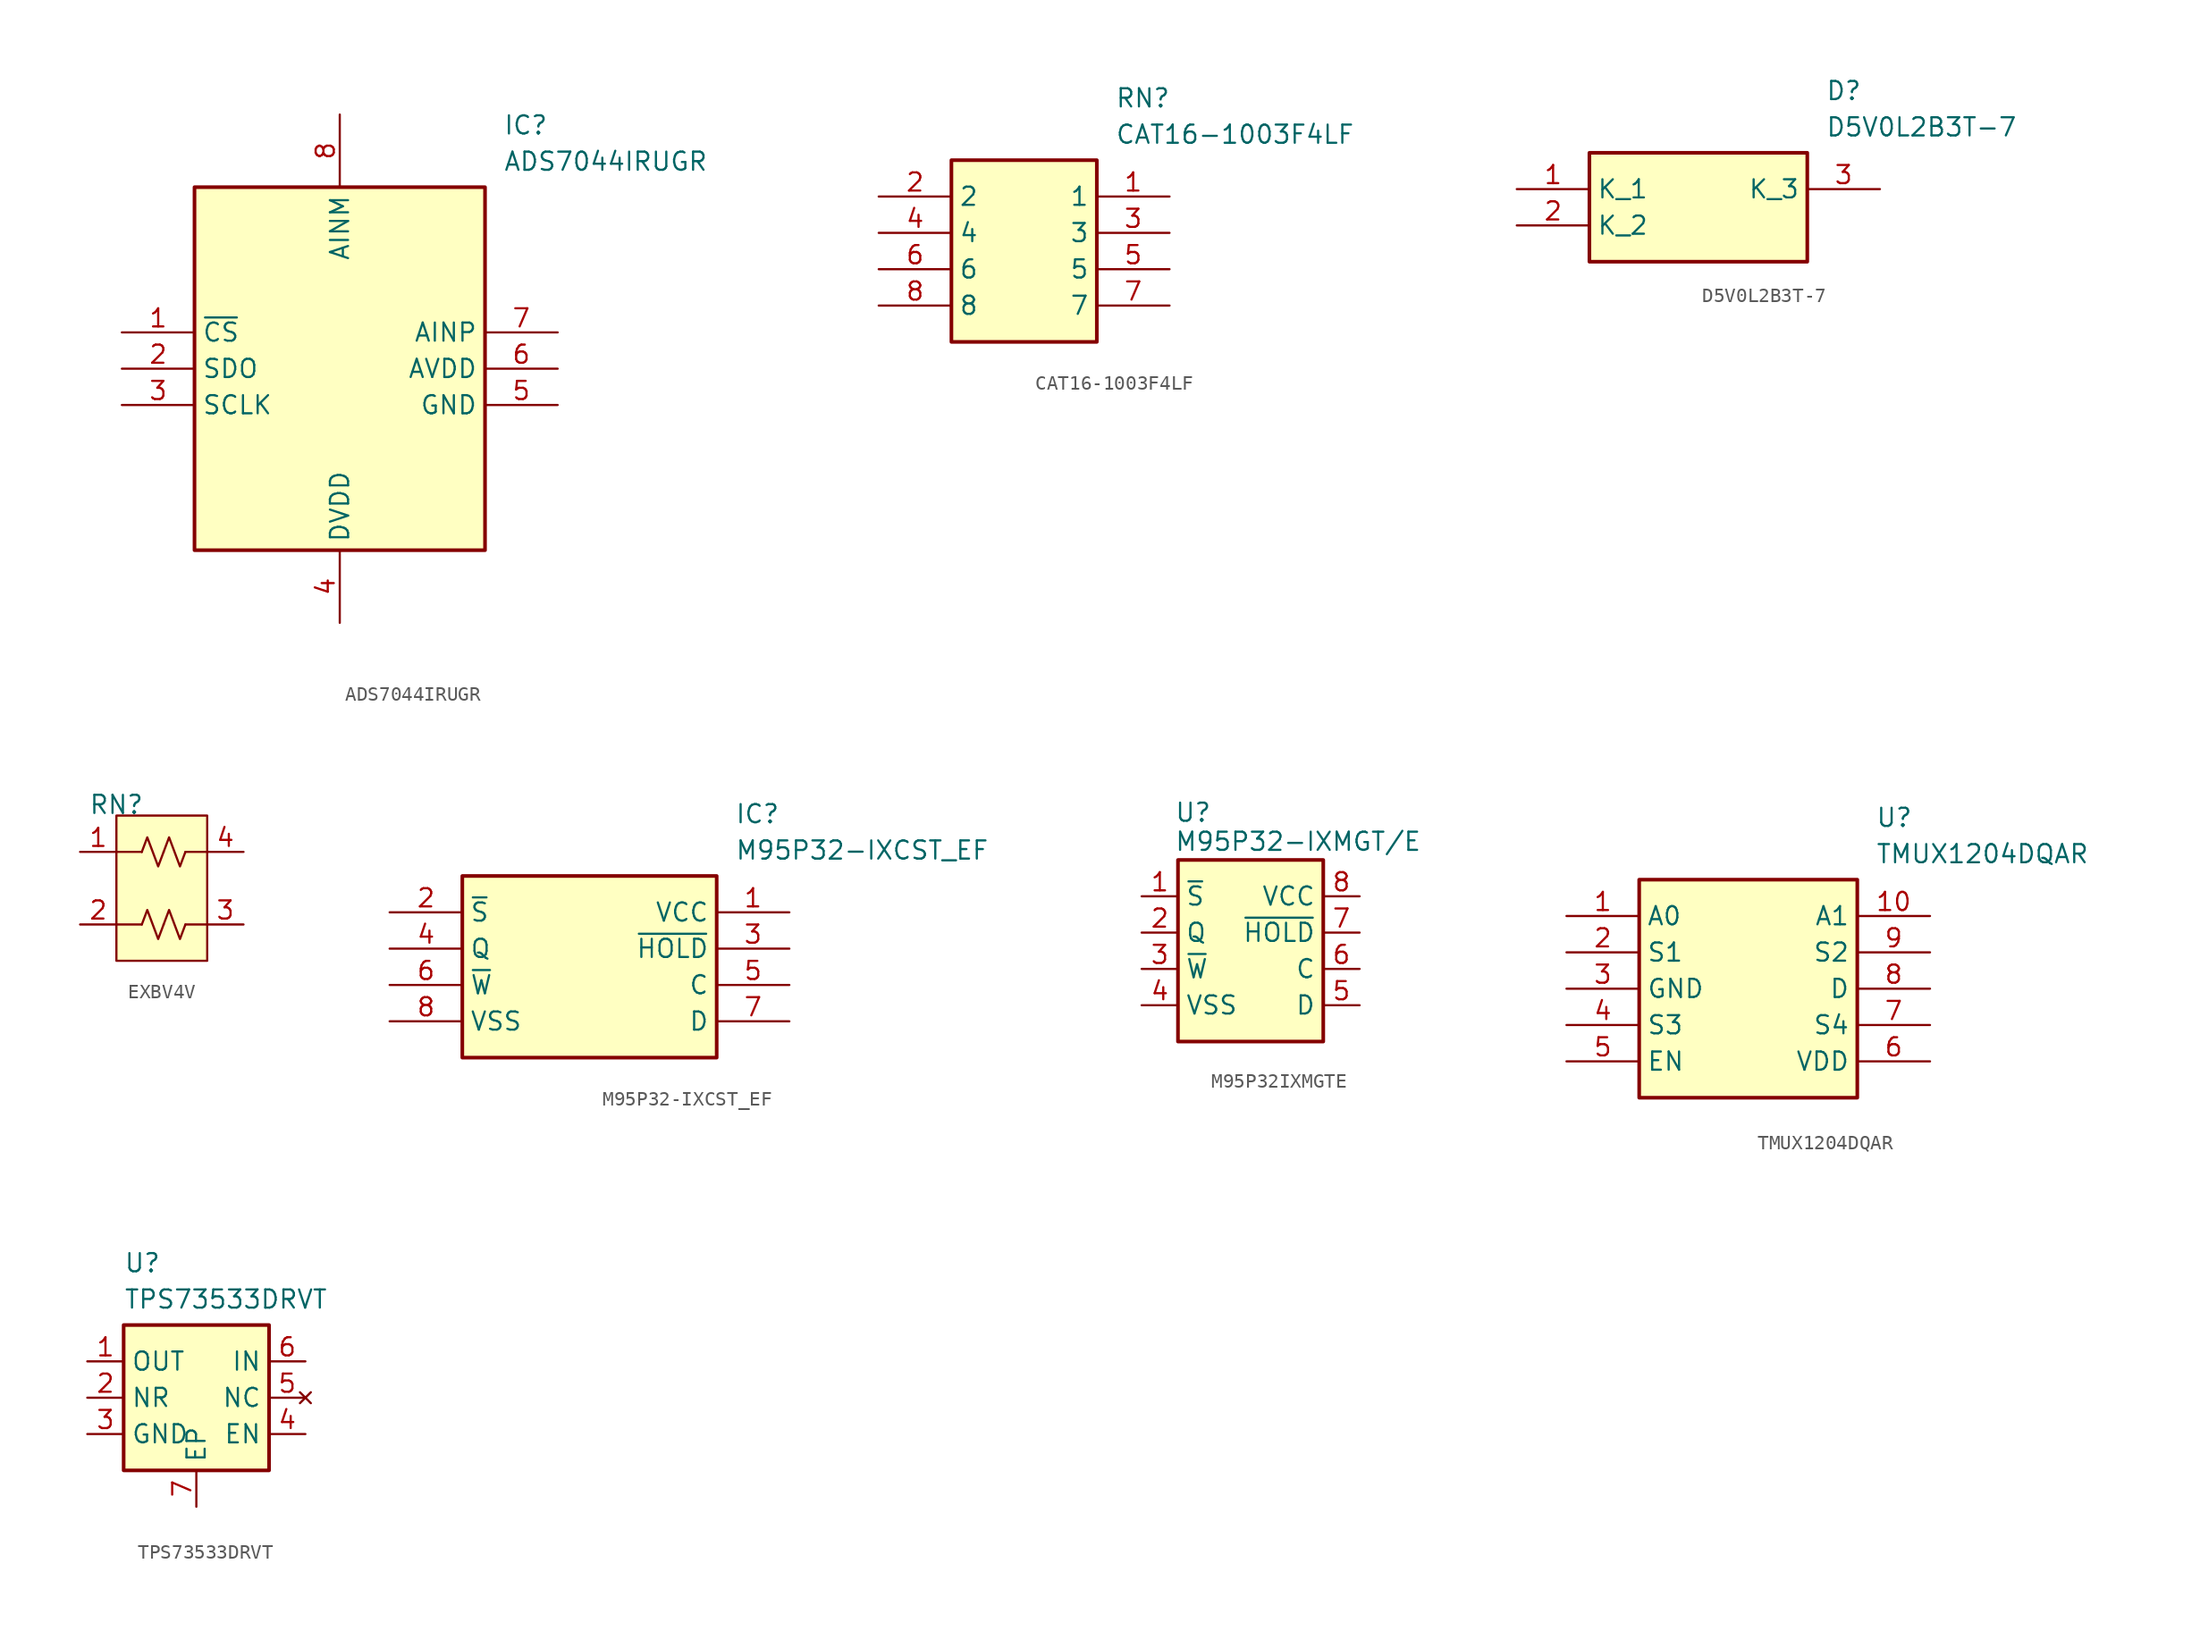
<source format=kicad_sym>
(kicad_symbol_lib
  (version 20231120)
  (generator "kicad_symbol_editor")
  (generator_version "8.0")
  (symbol "ADS7044IRUGR"
    (property "Reference" "IC"
      (at 26.67 15.24 0)
      (effects (font (size 1.27 1.27)) (justify left top)))
    (property "Value" "ADS7044IRUGR"
      (at 26.67 12.7 0)
      (effects (font (size 1.27 1.27)) (justify left top)))
    (symbol "ADS7044IRUGR_1_1"
      (rectangle (start 5.08 10.16) (end 25.4 -15.24) (stroke (width 0.254) (type default)) (fill (type background)))
      (pin input line (at 0 0 0) (length 5.08) (name "~{CS}" (effects (font (size 1.27 1.27)))) (number "1" (effects (font (size 1.27 1.27)))))
      (pin passive line (at 0 -2.54 0) (length 5.08) (name "SDO" (effects (font (size 1.27 1.27)))) (number "2" (effects (font (size 1.27 1.27)))))
      (pin input line (at 0 -5.08 0) (length 5.08) (name "SCLK" (effects (font (size 1.27 1.27)))) (number "3" (effects (font (size 1.27 1.27)))))
      (pin power_in line (at 15.24 -20.32 90) (length 5.08) (name "DVDD" (effects (font (size 1.27 1.27)))) (number "4" (effects (font (size 1.27 1.27)))))
      (pin power_in line (at 30.48 -5.08 180) (length 5.08) (name "GND" (effects (font (size 1.27 1.27)))) (number "5" (effects (font (size 1.27 1.27)))))
      (pin power_in line (at 30.48 -2.54 180) (length 5.08) (name "AVDD" (effects (font (size 1.27 1.27)))) (number "6" (effects (font (size 1.27 1.27)))))
      (pin input line (at 30.48 0 180) (length 5.08) (name "AINP" (effects (font (size 1.27 1.27)))) (number "7" (effects (font (size 1.27 1.27)))))
      (pin input line (at 15.24 15.24 270) (length 5.08) (name "AINM" (effects (font (size 1.27 1.27)))) (number "8" (effects (font (size 1.27 1.27)))))))
  (symbol "CAT16-1003F4LF"
    (property "Reference" "RN"
      (at 16.51 7.62 0)
      (effects (font (size 1.27 1.27)) (justify left top)))
    (property "Value" "CAT16-1003F4LF"
      (at 16.51 5.08 0)
      (effects (font (size 1.27 1.27)) (justify left top)))
    (symbol "CAT16-1003F4LF_1_1"
      (rectangle (start 5.08 2.54) (end 15.24 -10.16) (stroke (width 0.254) (type default)) (fill (type background)))
      (pin passive line (at 20.32 0 180) (length 5.08) (name "1" (effects (font (size 1.27 1.27)))) (number "1" (effects (font (size 1.27 1.27)))))
      (pin passive line (at 0 0 0) (length 5.08) (name "2" (effects (font (size 1.27 1.27)))) (number "2" (effects (font (size 1.27 1.27)))))
      (pin passive line (at 20.32 -2.54 180) (length 5.08) (name "3" (effects (font (size 1.27 1.27)))) (number "3" (effects (font (size 1.27 1.27)))))
      (pin passive line (at 0 -2.54 0) (length 5.08) (name "4" (effects (font (size 1.27 1.27)))) (number "4" (effects (font (size 1.27 1.27)))))
      (pin passive line (at 20.32 -5.08 180) (length 5.08) (name "5" (effects (font (size 1.27 1.27)))) (number "5" (effects (font (size 1.27 1.27)))))
      (pin passive line (at 0 -5.08 0) (length 5.08) (name "6" (effects (font (size 1.27 1.27)))) (number "6" (effects (font (size 1.27 1.27)))))
      (pin passive line (at 20.32 -7.62 180) (length 5.08) (name "7" (effects (font (size 1.27 1.27)))) (number "7" (effects (font (size 1.27 1.27)))))
      (pin passive line (at 0 -7.62 0) (length 5.08) (name "8" (effects (font (size 1.27 1.27)))) (number "8" (effects (font (size 1.27 1.27)))))))
  (symbol "D5V0L2B3T-7"
    (property "Reference" "D"
      (at 21.59 7.62 0)
      (effects (font (size 1.27 1.27)) (justify left top)))
    (property "Value" "D5V0L2B3T-7"
      (at 21.59 5.08 0)
      (effects (font (size 1.27 1.27)) (justify left top)))
    (symbol "D5V0L2B3T-7_1_1"
      (rectangle (start 5.08 2.54) (end 20.32 -5.08) (stroke (width 0.254) (type default)) (fill (type background)))
      (pin passive line (at 0 0 0) (length 5.08) (name "K_1" (effects (font (size 1.27 1.27)))) (number "1" (effects (font (size 1.27 1.27)))))
      (pin passive line (at 0 -2.54 0) (length 5.08) (name "K_2" (effects (font (size 1.27 1.27)))) (number "2" (effects (font (size 1.27 1.27)))))
      (pin passive line (at 25.4 0 180) (length 5.08) (name "K_3" (effects (font (size 1.27 1.27)))) (number "3" (effects (font (size 1.27 1.27)))))))
  (symbol "EXBV4V"
    (property "Reference" "RN"
      (at 0 0.762 0)
      (effects (font (size 1.27 1.27))))
    (property "Value" ""
      (at 0 0 0)
      (effects (font (size 1.27 1.27))))
    (symbol "EXBV4V_1_1"
      (polyline (pts (xy 1.778 -7.62) (xy 0 -7.62)) (stroke (width 0) (type default)) (fill (type none)))
      (polyline (pts (xy 1.778 -2.54) (xy 0 -2.54)) (stroke (width 0) (type default)) (fill (type none)))
      (polyline (pts (xy 1.778 -2.54) (xy 1.778 -2.54)) (stroke (width 0) (type default)) (fill (type none)))
      (polyline (pts (xy 4.826 -7.62) (xy 6.35 -7.62)) (stroke (width 0) (type default)) (fill (type none)))
      (polyline (pts (xy 4.826 -2.54) (xy 6.35 -2.54)) (stroke (width 0) (type default)) (fill (type none)))
      (polyline (pts (xy 1.778 -7.62) (xy 2.159 -6.604) (xy 2.54 -7.62) (xy 2.921 -8.636) (xy 3.302 -7.62)) (stroke (width 0) (type default)) (fill (type none)))
      (polyline (pts (xy 1.778 -2.54) (xy 2.159 -1.524) (xy 2.54 -2.54) (xy 2.921 -3.556) (xy 3.302 -2.54)) (stroke (width 0) (type default)) (fill (type none)))
      (polyline (pts (xy 3.302 -7.62) (xy 3.683 -6.604) (xy 4.064 -7.62) (xy 4.445 -8.636) (xy 4.826 -7.62)) (stroke (width 0) (type default)) (fill (type none)))
      (polyline (pts (xy 3.302 -2.54) (xy 3.683 -1.524) (xy 4.064 -2.54) (xy 4.445 -3.556) (xy 4.826 -2.54)) (stroke (width 0) (type default)) (fill (type none)))
      (rectangle (start 0 0) (end 6.35 -10.16) (stroke (width 0) (type default)) (fill (type background)))
      (pin passive line (at -2.54 -2.54 0) (length 2.54) (name "" (effects (font (size 1.27 1.27)))) (number "1" (effects (font (size 1.27 1.27)))))
      (pin passive line (at -2.54 -7.62 0) (length 2.54) (name "" (effects (font (size 1.27 1.27)))) (number "2" (effects (font (size 1.27 1.27)))))
      (pin passive line (at 8.89 -7.62 180) (length 2.54) (name "" (effects (font (size 1.27 1.27)))) (number "3" (effects (font (size 1.27 1.27)))))
      (pin passive line (at 8.89 -2.54 180) (length 2.54) (name "" (effects (font (size 1.27 1.27)))) (number "4" (effects (font (size 1.27 1.27)))))))
  (symbol "M95P32-IXCST_EF"
    (property "Reference" "IC"
      (at 24.13 7.62 0)
      (effects (font (size 1.27 1.27)) (justify left top)))
    (property "Value" "M95P32-IXCST_EF"
      (at 24.13 5.08 0)
      (effects (font (size 1.27 1.27)) (justify left top)))
    (symbol "M95P32-IXCST_EF_1_1"
      (rectangle (start 5.08 2.54) (end 22.86 -10.16) (stroke (width 0.254) (type default)) (fill (type background)))
      (pin passive line (at 27.94 0 180) (length 5.08) (name "VCC" (effects (font (size 1.27 1.27)))) (number "1" (effects (font (size 1.27 1.27)))))
      (pin passive line (at 0 0 0) (length 5.08) (name "~{S}" (effects (font (size 1.27 1.27)))) (number "2" (effects (font (size 1.27 1.27)))))
      (pin passive line (at 27.94 -2.54 180) (length 5.08) (name "~{HOLD}" (effects (font (size 1.27 1.27)))) (number "3" (effects (font (size 1.27 1.27)))))
      (pin passive line (at 0 -2.54 0) (length 5.08) (name "Q" (effects (font (size 1.27 1.27)))) (number "4" (effects (font (size 1.27 1.27)))))
      (pin passive line (at 27.94 -5.08 180) (length 5.08) (name "C" (effects (font (size 1.27 1.27)))) (number "5" (effects (font (size 1.27 1.27)))))
      (pin passive line (at 0 -5.08 0) (length 5.08) (name "~{W}" (effects (font (size 1.27 1.27)))) (number "6" (effects (font (size 1.27 1.27)))))
      (pin passive line (at 27.94 -7.62 180) (length 5.08) (name "D" (effects (font (size 1.27 1.27)))) (number "7" (effects (font (size 1.27 1.27)))))
      (pin passive line (at 0 -7.62 0) (length 5.08) (name "VSS" (effects (font (size 1.27 1.27)))) (number "8" (effects (font (size 1.27 1.27)))))))
  (symbol "M95P32IXMGTE"
    (property "Reference" "U"
      (at 2.286 4.064 0)
      (effects (font (size 1.27 1.27)) (justify left top)))
    (property "Value" "M95P32-IXMGT/E"
      (at 2.286 2.032 0)
      (effects (font (size 1.27 1.27)) (justify left top)))
    (symbol "M95P32IXMGTE_1_1"
      (rectangle (start 2.54 0) (end 12.7 -12.7) (stroke (width 0.254) (type default)) (fill (type background)))
      (pin passive line (at 0 -2.54 0) (length 2.54) (name "~{S}" (effects (font (size 1.27 1.27)))) (number "1" (effects (font (size 1.27 1.27)))))
      (pin passive line (at 0 -5.08 0) (length 2.54) (name "Q" (effects (font (size 1.27 1.27)))) (number "2" (effects (font (size 1.27 1.27)))))
      (pin passive line (at 0 -7.62 0) (length 2.54) (name "~{W}" (effects (font (size 1.27 1.27)))) (number "3" (effects (font (size 1.27 1.27)))))
      (pin passive line (at 0 -10.16 0) (length 2.54) (name "VSS" (effects (font (size 1.27 1.27)))) (number "4" (effects (font (size 1.27 1.27)))))
      (pin passive line (at 15.24 -10.16 180) (length 2.54) (name "D" (effects (font (size 1.27 1.27)))) (number "5" (effects (font (size 1.27 1.27)))))
      (pin passive line (at 15.24 -7.62 180) (length 2.54) (name "C" (effects (font (size 1.27 1.27)))) (number "6" (effects (font (size 1.27 1.27)))))
      (pin passive line (at 15.24 -5.08 180) (length 2.54) (name "~{HOLD}" (effects (font (size 1.27 1.27)))) (number "7" (effects (font (size 1.27 1.27)))))
      (pin passive line (at 15.24 -2.54 180) (length 2.54) (name "VCC" (effects (font (size 1.27 1.27)))) (number "8" (effects (font (size 1.27 1.27)))))))
  (symbol "TMUX1204DQAR"
    (property "Reference" "U"
      (at 21.59 7.62 0)
      (effects (font (size 1.27 1.27)) (justify left top)))
    (property "Value" "TMUX1204DQAR"
      (at 21.59 5.08 0)
      (effects (font (size 1.27 1.27)) (justify left top)))
    (symbol "TMUX1204DQAR_1_1"
      (rectangle (start 5.08 2.54) (end 20.32 -12.7) (stroke (width 0.254) (type default)) (fill (type background)))
      (pin passive line (at 0 0 0) (length 5.08) (name "A0" (effects (font (size 1.27 1.27)))) (number "1" (effects (font (size 1.27 1.27)))))
      (pin passive line (at 25.4 0 180) (length 5.08) (name "A1" (effects (font (size 1.27 1.27)))) (number "10" (effects (font (size 1.27 1.27)))))
      (pin passive line (at 0 -2.54 0) (length 5.08) (name "S1" (effects (font (size 1.27 1.27)))) (number "2" (effects (font (size 1.27 1.27)))))
      (pin passive line (at 0 -5.08 0) (length 5.08) (name "GND" (effects (font (size 1.27 1.27)))) (number "3" (effects (font (size 1.27 1.27)))))
      (pin passive line (at 0 -7.62 0) (length 5.08) (name "S3" (effects (font (size 1.27 1.27)))) (number "4" (effects (font (size 1.27 1.27)))))
      (pin passive line (at 0 -10.16 0) (length 5.08) (name "EN" (effects (font (size 1.27 1.27)))) (number "5" (effects (font (size 1.27 1.27)))))
      (pin passive line (at 25.4 -10.16 180) (length 5.08) (name "VDD" (effects (font (size 1.27 1.27)))) (number "6" (effects (font (size 1.27 1.27)))))
      (pin passive line (at 25.4 -7.62 180) (length 5.08) (name "S4" (effects (font (size 1.27 1.27)))) (number "7" (effects (font (size 1.27 1.27)))))
      (pin passive line (at 25.4 -5.08 180) (length 5.08) (name "D" (effects (font (size 1.27 1.27)))) (number "8" (effects (font (size 1.27 1.27)))))
      (pin passive line (at 25.4 -2.54 180) (length 5.08) (name "S2" (effects (font (size 1.27 1.27)))) (number "9" (effects (font (size 1.27 1.27)))))))
  (symbol "TPS73533DRVT"
    (property "Reference" "U"
      (at 2.54 5.08 0)
      (effects (font (size 1.27 1.27)) (justify left top)))
    (property "Value" "TPS73533DRVT"
      (at 2.54 2.54 0)
      (effects (font (size 1.27 1.27)) (justify left top)))
    (symbol "TPS73533DRVT_1_1"
      (rectangle (start 2.54 0) (end 12.7 -10.16) (stroke (width 0.254) (type default)) (fill (type background)))
      (pin power_out line (at 0 -2.54 0) (length 2.54) (name "OUT" (effects (font (size 1.27 1.27)))) (number "1" (effects (font (size 1.27 1.27)))))
      (pin passive line (at 0 -5.08 0) (length 2.54) (name "NR" (effects (font (size 1.27 1.27)))) (number "2" (effects (font (size 1.27 1.27)))))
      (pin power_in line (at 0 -7.62 0) (length 2.54) (name "GND" (effects (font (size 1.27 1.27)))) (number "3" (effects (font (size 1.27 1.27)))))
      (pin input line (at 15.24 -7.62 180) (length 2.54) (name "EN" (effects (font (size 1.27 1.27)))) (number "4" (effects (font (size 1.27 1.27)))))
      (pin no_connect line (at 15.24 -5.08 180) (length 2.54) (name "NC" (effects (font (size 1.27 1.27)))) (number "5" (effects (font (size 1.27 1.27)))))
      (pin power_in line (at 15.24 -2.54 180) (length 2.54) (name "IN" (effects (font (size 1.27 1.27)))) (number "6" (effects (font (size 1.27 1.27)))))
      (pin passive line (at 7.62 -12.7 90) (length 2.54) (name "EP" (effects (font (size 1.27 1.27)))) (number "7" (effects (font (size 1.27 1.27))))))))
</source>
